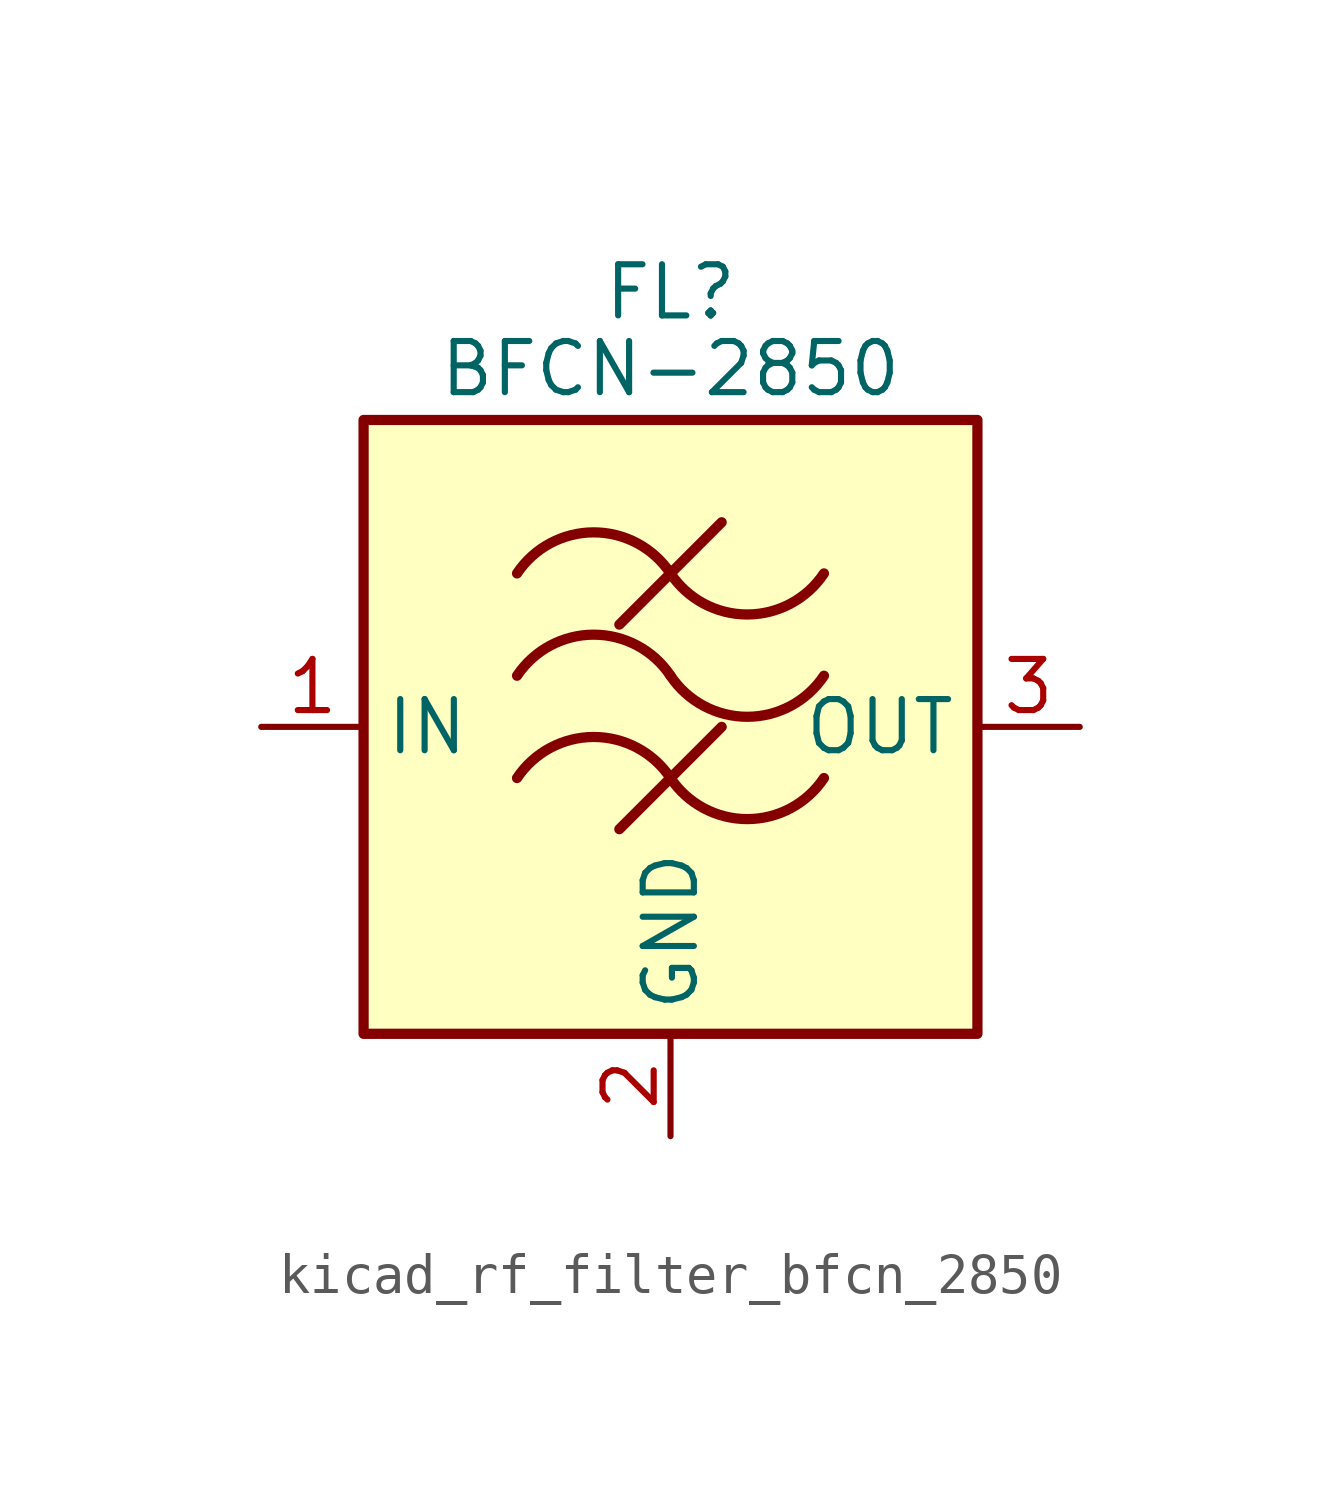
<source format=kicad_sym>
(kicad_symbol_lib
  (version 20220914)
  (generator kicad_symbol_editor)
  (symbol "kicad_rf_filter_bfcn_2850"
    (property "Reference" "FL"
      (at 0 10.795 0)
      (effects (font (size 1.27 1.27))))
    (property "Value" "BFCN-2850"
      (at 0 8.89 0)
      (effects (font (size 1.27 1.27))))
    (symbol "kicad_rf_filter_bfcn_2850_0_1"
      (rectangle (start -7.62 7.62) (end 7.62 -7.62) (stroke (width 0.254) (type default)) (fill (type background)))
      (arc (start 0 -1.27) (mid -1.905 -0.2505) (end -3.81 -1.27) (stroke (width 0.254) (type default)) (fill (type none)))
      (arc (start 0 -1.27) (mid 1.905 -2.2895) (end 3.81 -1.27) (stroke (width 0.254) (type default)) (fill (type none)))
      (polyline (pts (xy -1.27 -2.54) (xy 1.27 0)) (stroke (width 0.254) (type default)) (fill (type none)))
      (polyline (pts (xy -1.27 2.54) (xy 1.27 5.08)) (stroke (width 0.254) (type default)) (fill (type none)))
      (arc (start 0 1.27) (mid -1.905 2.2895) (end -3.81 1.27) (stroke (width 0.254) (type default)) (fill (type none)))
      (arc (start 0 1.27) (mid 1.905 0.2505) (end 3.81 1.27) (stroke (width 0.254) (type default)) (fill (type none)))
      (arc (start 0 3.81) (mid -1.905 4.8295) (end -3.81 3.81) (stroke (width 0.254) (type default)) (fill (type none)))
      (arc (start 0 3.81) (mid 1.905 2.7905) (end 3.81 3.81) (stroke (width 0.254) (type default)) (fill (type none))))
    (symbol "kicad_rf_filter_bfcn_2850_1_1"
      (pin passive line (at -10.16 0 0) (length 2.54) (name "IN" (effects (font (size 1.27 1.27)))) (number "1" (effects (font (size 1.27 1.27)))))
      (pin passive line (at 0 -10.16 90) (length 2.54) (name "GND" (effects (font (size 1.27 1.27)))) (number "2" (effects (font (size 1.27 1.27)))))
      (pin passive line (at 10.16 0 180) (length 2.54) (name "OUT" (effects (font (size 1.27 1.27)))) (number "3" (effects (font (size 1.27 1.27)))))
      (pin passive line (at 0 -10.16 90) (length 2.54) hide (name "GND" (effects (font (size 1.27 1.27)))) (number "4" (effects (font (size 1.27 1.27))))))))
</source>
